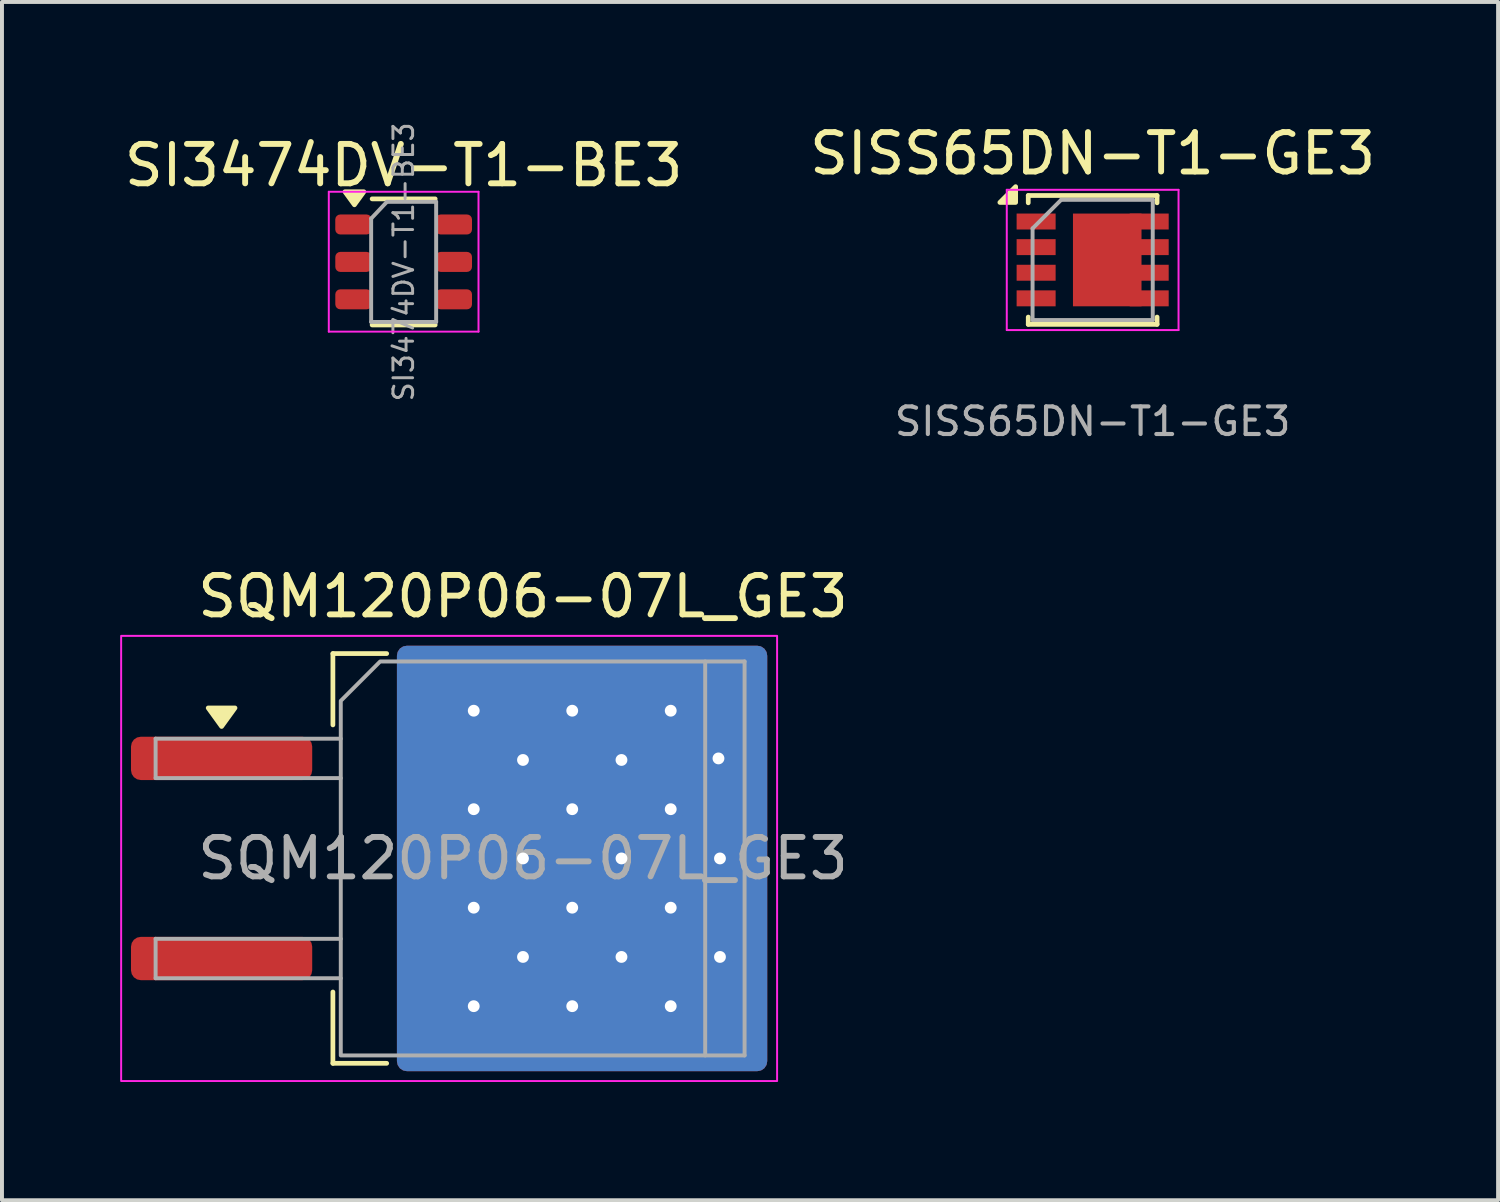
<source format=kicad_pcb>
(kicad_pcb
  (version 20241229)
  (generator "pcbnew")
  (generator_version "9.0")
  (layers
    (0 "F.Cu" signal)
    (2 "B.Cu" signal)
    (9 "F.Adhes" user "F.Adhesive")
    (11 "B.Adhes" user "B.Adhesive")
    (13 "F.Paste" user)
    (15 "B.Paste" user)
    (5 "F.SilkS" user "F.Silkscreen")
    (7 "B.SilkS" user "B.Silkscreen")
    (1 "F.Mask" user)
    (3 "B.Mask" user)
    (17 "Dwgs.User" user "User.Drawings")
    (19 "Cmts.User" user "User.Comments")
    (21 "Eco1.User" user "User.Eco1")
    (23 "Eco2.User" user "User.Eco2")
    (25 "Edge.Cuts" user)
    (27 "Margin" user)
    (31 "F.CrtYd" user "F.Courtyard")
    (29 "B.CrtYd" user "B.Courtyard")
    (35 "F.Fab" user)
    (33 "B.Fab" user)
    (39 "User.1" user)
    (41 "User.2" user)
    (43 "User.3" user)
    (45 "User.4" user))
  (footprint "SISS65DN-T1-GE3"
    (layer "F.Cu")
    (at 24.685 3.548)
    (property "Reference" "SISS65DN-T1-GE3" (at 0 -2.7 0) (layer "F.SilkS") (effects (font (size 1 1) (thickness 0.15))))
    (attr smd)
    (fp_rect (start -0.5 -1.177) (end 1.24 1.177) (stroke (width 0) (type solid)) (fill yes) (layer "F.Cu"))
    (fp_line (start -1.635 -1.635) (end -1.635 -1.45) (stroke (width 0.12) (type solid)) (layer "F.SilkS"))
    (fp_line (start -1.635 -1.635) (end 1.635 -1.635) (stroke (width 0.12) (type solid)) (layer "F.SilkS"))
    (fp_line (start -1.635 1.45) (end -1.635 1.635) (stroke (width 0.12) (type solid)) (layer "F.SilkS"))
    (fp_line (start -1.635 1.635) (end 1.635 1.635) (stroke (width 0.12) (type solid)) (layer "F.SilkS"))
    (fp_line (start 1.635 -1.635) (end 1.635 -1.45) (stroke (width 0.12) (type solid)) (layer "F.SilkS"))
    (fp_line (start 1.635 1.45) (end 1.635 1.635) (stroke (width 0.12) (type solid)) (layer "F.SilkS"))
    (fp_poly (pts (xy -2.355 -1.46) (xy -1.955 -1.86) (xy -1.955 -1.46)) (stroke (width 0.12) (type solid)) (fill yes) (layer "F.SilkS"))
    (fp_line (start -2.18 -1.78) (end -2.18 1.78) (stroke (width 0.05) (type solid)) (layer "F.CrtYd"))
    (fp_line (start -2.18 -1.78) (end 2.18 -1.78) (stroke (width 0.05) (type solid)) (layer "F.CrtYd"))
    (fp_line (start -2.18 1.78) (end 2.18 1.78) (stroke (width 0.05) (type solid)) (layer "F.CrtYd"))
    (fp_line (start 2.18 -1.78) (end 2.18 1.78) (stroke (width 0.05) (type solid)) (layer "F.CrtYd"))
    (fp_line (start -1.525 -0.8) (end -1.525 1.525) (stroke (width 0.1) (type solid)) (layer "F.Fab"))
    (fp_line (start -1.525 -0.8) (end -0.8 -1.525) (stroke (width 0.1) (type solid)) (layer "F.Fab"))
    (fp_line (start -1.525 1.525) (end 1.525 1.525) (stroke (width 0.1) (type solid)) (layer "F.Fab"))
    (fp_line (start -0.8 -1.525) (end 1.525 -1.525) (stroke (width 0.1) (type solid)) (layer "F.Fab"))
    (fp_line (start 1.525 -1.525) (end 1.525 1.525) (stroke (width 0.1) (type solid)) (layer "F.Fab"))
    (fp_text user "${REFERENCE}" (at 0 4.1 0) (layer "F.Fab") (effects (font (size 0.7 0.7) (thickness 0.105))))
    (pad "1" smd rect (at -1.435 -0.975) (size 0.99 0.405) (layers "F.Cu" "F.Mask" "F.Paste"))
    (pad "2" smd rect (at -1.435 -0.325) (size 0.99 0.405) (layers "F.Cu" "F.Mask" "F.Paste"))
    (pad "3" smd rect (at -1.435 0.325) (size 0.99 0.405) (layers "F.Cu" "F.Mask" "F.Paste"))
    (pad "4" smd rect (at -1.435 0.975) (size 0.99 0.405) (layers "F.Cu" "F.Mask" "F.Paste"))
    (pad "5" smd rect (at 1.435 0.975) (size 0.99 0.405) (layers "F.Cu" "F.Mask" "F.Paste"))
    (pad "6" smd rect (at 1.435 0.325) (size 0.99 0.405) (layers "F.Cu" "F.Mask" "F.Paste"))
    (pad "7" smd rect (at 1.435 -0.325) (size 0.99 0.405) (layers "F.Cu" "F.Mask" "F.Paste"))
    (pad "8" smd rect (at 1.435 -0.975) (size 0.99 0.405) (layers "F.Cu" "F.Mask" "F.Paste")))
  (footprint "SI3474DV-T1-BE3"
    (layer "F.Cu")
    (at 7.196 3.598)
    (property "Reference" "SI3474DV-T1-BE3" (at 0 -2.45 0) (layer "F.SilkS") (effects (font (size 1 1) (thickness 0.15))))
    (attr smd)
    (fp_line (start -0.8 -1.6) (end 0.8 -1.6) (stroke (width 0.12) (type solid)) (layer "F.SilkS"))
    (fp_line (start -0.8 1.6) (end 0.8 1.6) (stroke (width 0.12) (type solid)) (layer "F.SilkS"))
    (fp_poly (pts (xy -1.25 -1.45) (xy -1.49 -1.78) (xy -1.01 -1.78) (xy -1.25 -1.45)) (stroke (width 0.12) (type solid)) (fill yes) (layer "F.SilkS"))
    (fp_line (start -1.9 -1.78) (end -1.9 1.77) (stroke (width 0.05) (type solid)) (layer "F.CrtYd"))
    (fp_line (start -1.9 -1.78) (end 1.9 -1.78) (stroke (width 0.05) (type solid)) (layer "F.CrtYd"))
    (fp_line (start 1.9 1.77) (end -1.9 1.77) (stroke (width 0.05) (type solid)) (layer "F.CrtYd"))
    (fp_line (start 1.9 1.77) (end 1.9 -1.78) (stroke (width 0.05) (type solid)) (layer "F.CrtYd"))
    (fp_line (start -0.825 -1.1) (end -0.825 1.525) (stroke (width 0.1) (type solid)) (layer "F.Fab"))
    (fp_line (start -0.825 -1.1) (end -0.425 -1.525) (stroke (width 0.1) (type solid)) (layer "F.Fab"))
    (fp_line (start 0.825 -1.525) (end -0.425 -1.525) (stroke (width 0.1) (type solid)) (layer "F.Fab"))
    (fp_line (start 0.825 -1.525) (end 0.825 1.525) (stroke (width 0.1) (type solid)) (layer "F.Fab"))
    (fp_line (start 0.825 1.525) (end -0.825 1.525) (stroke (width 0.1) (type solid)) (layer "F.Fab"))
    (fp_text user "${REFERENCE}" (at 0 0 90) (layer "F.Fab") (effects (font (size 0.5 0.5) (thickness 0.075))))
    (pad "1" smd roundrect (at -1.275 -0.95) (size 0.922 0.508) (layers "F.Cu" "F.Mask" "F.Paste") (roundrect_rratio 0.25))
    (pad "2" smd roundrect (at -1.274 0) (size 0.922 0.508) (layers "F.Cu" "F.Mask" "F.Paste") (roundrect_rratio 0.25))
    (pad "3" smd roundrect (at -1.274 0.95) (size 0.922 0.508) (layers "F.Cu" "F.Mask" "F.Paste") (roundrect_rratio 0.25))
    (pad "4" smd roundrect (at 1.274 0.95) (size 0.922 0.508) (layers "F.Cu" "F.Mask" "F.Paste") (roundrect_rratio 0.25))
    (pad "5" smd roundrect (at 1.274 0) (size 0.922 0.508) (layers "F.Cu" "F.Mask" "F.Paste") (roundrect_rratio 0.25))
    (pad "6" smd roundrect (at 1.274 -0.95) (size 0.922 0.508) (layers "F.Cu" "F.Mask" "F.Paste") (roundrect_rratio 0.25)))
  (footprint "SQM120P06-07L_GE3"
    (layer "F.Cu")
    (at 10.225 18.74)
    (property "Reference" "SQM120P06-07L_GE3" (at 0 -6.65 0) (layer "F.SilkS") (effects (font (size 1 1) (thickness 0.15))))
    (attr smd)
    (fp_line (start -4.825 -5.2) (end -4.825 -3.39) (stroke (width 0.12) (type solid)) (layer "F.SilkS"))
    (fp_line (start -4.825 5.2) (end -4.825 3.39) (stroke (width 0.12) (type solid)) (layer "F.SilkS"))
    (fp_line (start -3.46 -5.2) (end -4.825 -5.2) (stroke (width 0.12) (type solid)) (layer "F.SilkS"))
    (fp_line (start -3.46 5.2) (end -4.825 5.2) (stroke (width 0.12) (type solid)) (layer "F.SilkS"))
    (fp_poly (pts (xy -7.65 -3.35) (xy -7.99 -3.82) (xy -7.31 -3.82)) (stroke (width 0.12) (type solid)) (fill yes) (layer "F.SilkS"))
    (fp_rect (start -10.2 -5.65) (end 6.45 5.65) (stroke (width 0.05) (type solid)) (fill no) (layer "F.CrtYd"))
    (fp_line (start -9.325 -3.04) (end -9.325 -2.04) (stroke (width 0.1) (type solid)) (layer "F.Fab"))
    (fp_line (start -9.325 -2.04) (end -4.625 -2.04) (stroke (width 0.1) (type solid)) (layer "F.Fab"))
    (fp_line (start -9.325 2.04) (end -9.325 3.04) (stroke (width 0.1) (type solid)) (layer "F.Fab"))
    (fp_line (start -9.325 3.04) (end -4.625 3.04) (stroke (width 0.1) (type solid)) (layer "F.Fab"))
    (fp_line (start -4.625 -3.04) (end -9.325 -3.04) (stroke (width 0.1) (type solid)) (layer "F.Fab"))
    (fp_line (start -4.625 2.04) (end -9.325 2.04) (stroke (width 0.1) (type solid)) (layer "F.Fab"))
    (fp_line (start 4.625 -5) (end 5.625 -5) (stroke (width 0.1) (type solid)) (layer "F.Fab"))
    (fp_line (start 5.625 -5) (end 5.625 5) (stroke (width 0.1) (type solid)) (layer "F.Fab"))
    (fp_line (start 5.625 5) (end 4.625 5) (stroke (width 0.1) (type solid)) (layer "F.Fab"))
    (fp_poly (pts (xy 4.625 -5) (xy 4.625 5) (xy -4.625 5) (xy -4.625 -4) (xy -3.625 -5)) (stroke (width 0.1) (type solid)) (fill no) (layer "F.Fab"))
    (fp_text user "${REFERENCE}" (at 0 0 0) (layer "F.Fab") (effects (font (size 1 1) (thickness 0.15))))
    (pad "" smd roundrect (at -0.925 -2.775) (size 4.55 5.25) (layers "F.Paste") (roundrect_rratio 0.055))
    (pad "" smd roundrect (at -0.925 2.775) (size 4.55 5.25) (layers "F.Paste") (roundrect_rratio 0.055))
    (pad "" smd roundrect (at 3.925 -2.775) (size 4.55 5.25) (layers "F.Paste") (roundrect_rratio 0.055))
    (pad "" smd roundrect (at 3.925 2.775) (size 4.55 5.25) (layers "F.Paste") (roundrect_rratio 0.055))
    (pad "1" smd roundrect (at -7.65 -2.54) (size 4.6 1.1) (layers "F.Cu" "F.Mask" "F.Paste") (roundrect_rratio 0.227))
    (pad "2" thru_hole circle (at -1.25 -3.75) (size 0.65 0.65) (drill 0.3) (property pad_prop_heatsink) (layers "*.Cu"))
    (pad "2" thru_hole circle (at -1.25 -1.25) (size 0.65 0.65) (drill 0.3) (property pad_prop_heatsink) (layers "*.Cu"))
    (pad "2" thru_hole circle (at -1.25 1.25) (size 0.65 0.65) (drill 0.3) (property pad_prop_heatsink) (layers "*.Cu"))
    (pad "2" thru_hole circle (at -1.25 3.75) (size 0.65 0.65) (drill 0.3) (property pad_prop_heatsink) (layers "*.Cu"))
    (pad "2" thru_hole circle (at 0 -2.5) (size 0.65 0.65) (drill 0.3) (property pad_prop_heatsink) (layers "*.Cu"))
    (pad "2" thru_hole circle (at 0 0) (size 0.65 0.65) (drill 0.3) (property pad_prop_heatsink) (layers "*.Cu"))
    (pad "2" thru_hole circle (at 0 2.5) (size 0.65 0.65) (drill 0.3) (property pad_prop_heatsink) (layers "*.Cu"))
    (pad "2" thru_hole circle (at 1.25 -3.75) (size 0.65 0.65) (drill 0.3) (property pad_prop_heatsink) (layers "*.Cu"))
    (pad "2" thru_hole circle (at 1.25 -1.25) (size 0.65 0.65) (drill 0.3) (property pad_prop_heatsink) (layers "*.Cu"))
    (pad "2" thru_hole circle (at 1.25 1.25) (size 0.65 0.65) (drill 0.3) (property pad_prop_heatsink) (layers "*.Cu"))
    (pad "2" thru_hole circle (at 1.25 3.75) (size 0.65 0.65) (drill 0.3) (property pad_prop_heatsink) (layers "*.Cu"))
    (pad "2" smd roundrect (at 1.5 0) (size 9.4 10.8) (layers "F.Cu" "F.Mask") (roundrect_rratio 0.027))
    (pad "2" smd roundrect (at 1.5 0) (size 9.4 10.8) (layers "B.Cu" "B.Mask") (roundrect_rratio 0.027))
    (pad "2" thru_hole circle (at 2.5 -2.5) (size 0.65 0.65) (drill 0.3) (property pad_prop_heatsink) (layers "*.Cu"))
    (pad "2" thru_hole circle (at 2.5 0) (size 0.65 0.65) (drill 0.3) (property pad_prop_heatsink) (layers "*.Cu"))
    (pad "2" thru_hole circle (at 2.5 2.5) (size 0.65 0.65) (drill 0.3) (property pad_prop_heatsink) (layers "*.Cu"))
    (pad "2" thru_hole circle (at 3.75 -3.75) (size 0.65 0.65) (drill 0.3) (property pad_prop_heatsink) (layers "*.Cu"))
    (pad "2" thru_hole circle (at 3.75 -1.25) (size 0.65 0.65) (drill 0.3) (property pad_prop_heatsink) (layers "*.Cu"))
    (pad "2" thru_hole circle (at 3.75 1.25) (size 0.65 0.65) (drill 0.3) (property pad_prop_heatsink) (layers "*.Cu"))
    (pad "2" thru_hole circle (at 3.75 3.75) (size 0.65 0.65) (drill 0.3) (property pad_prop_heatsink) (layers "*.Cu"))
    (pad "2" thru_hole circle (at 4.962 -2.539) (size 0.65 0.65) (drill 0.3) (property pad_prop_heatsink) (layers "*.Cu"))
    (pad "2" thru_hole circle (at 5 0) (size 0.65 0.65) (drill 0.3) (property pad_prop_heatsink) (layers "*.Cu"))
    (pad "2" thru_hole circle (at 5 2.5) (size 0.65 0.65) (drill 0.3) (property pad_prop_heatsink) (layers "*.Cu"))
    (pad "3" smd roundrect (at -7.65 2.54) (size 4.6 1.1) (layers "F.Cu" "F.Mask" "F.Paste") (roundrect_rratio 0.227)))
  (gr_rect
    (start -3 -3)
    (end 34.976 27.415)
    (stroke (width 0.1) (type default))
    (fill no)
    (layer "Edge.Cuts")))
</source>
